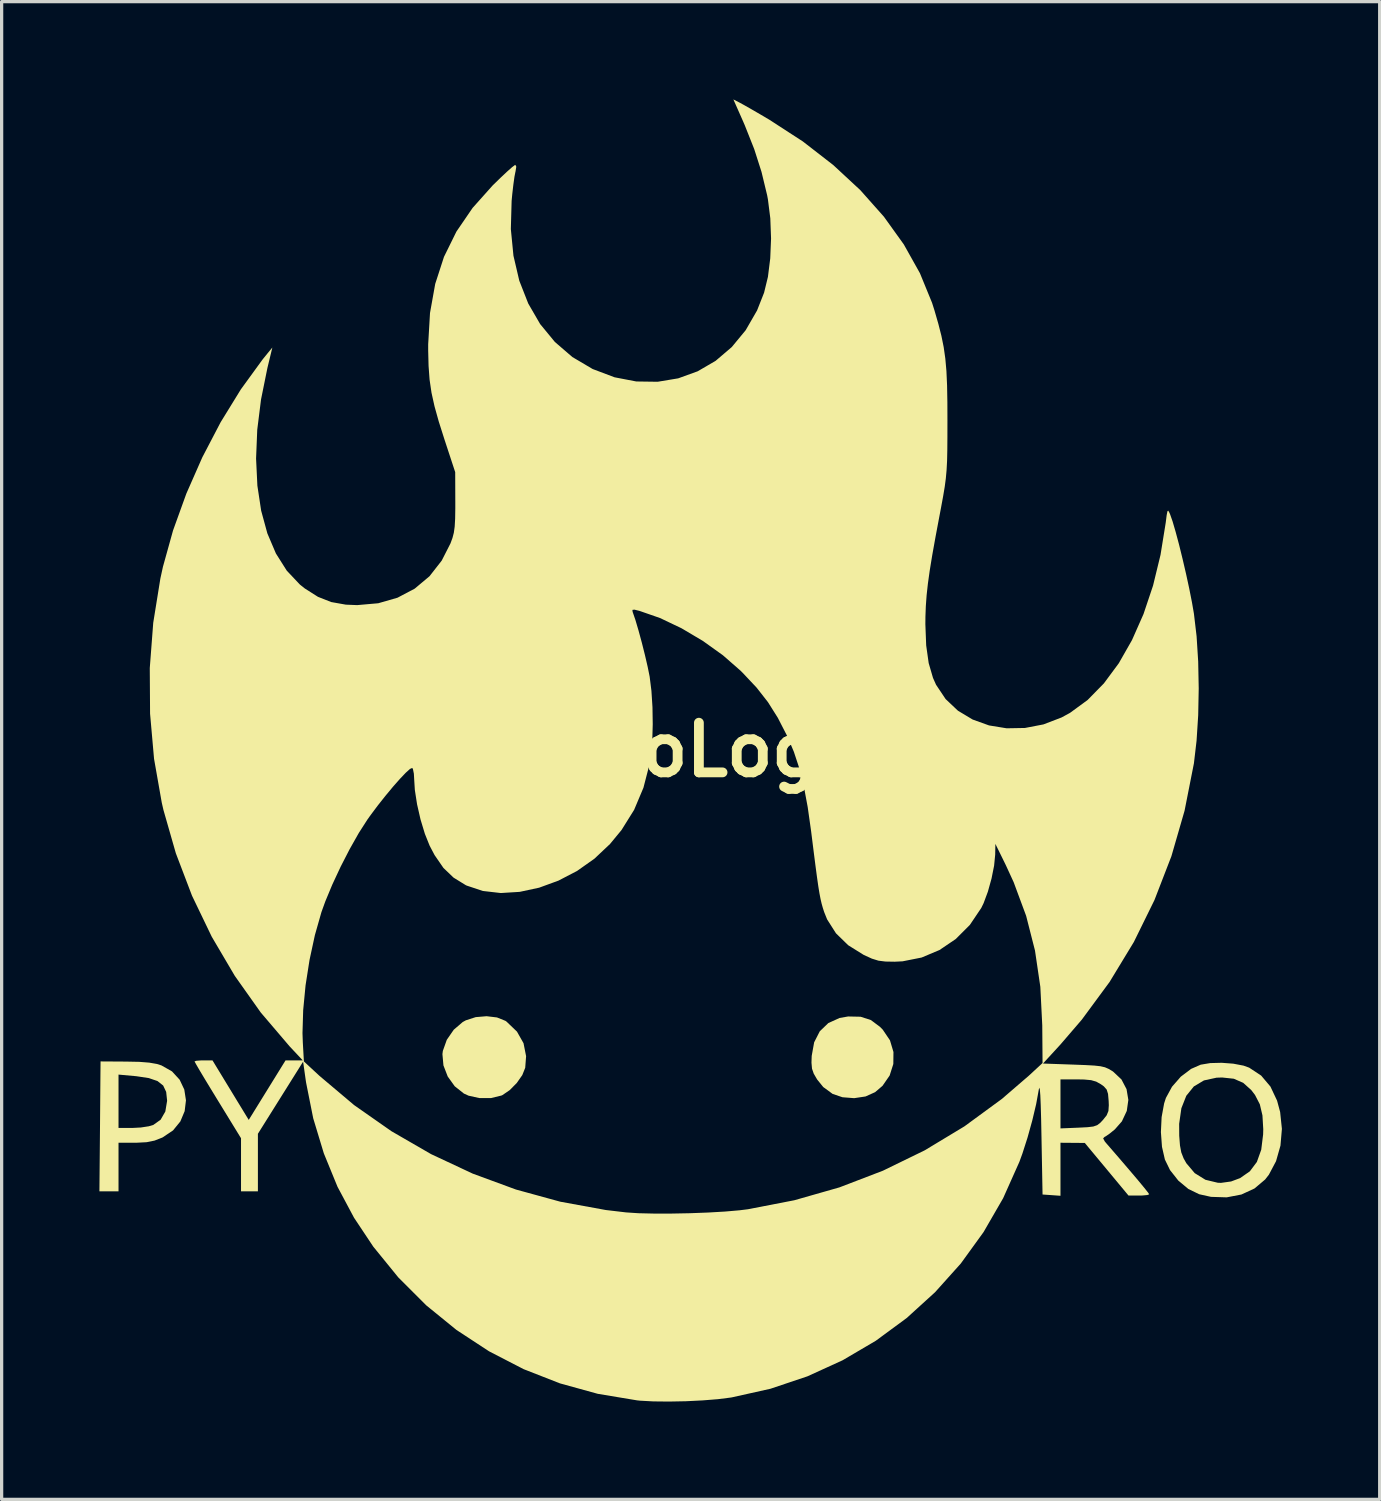
<source format=kicad_pcb>
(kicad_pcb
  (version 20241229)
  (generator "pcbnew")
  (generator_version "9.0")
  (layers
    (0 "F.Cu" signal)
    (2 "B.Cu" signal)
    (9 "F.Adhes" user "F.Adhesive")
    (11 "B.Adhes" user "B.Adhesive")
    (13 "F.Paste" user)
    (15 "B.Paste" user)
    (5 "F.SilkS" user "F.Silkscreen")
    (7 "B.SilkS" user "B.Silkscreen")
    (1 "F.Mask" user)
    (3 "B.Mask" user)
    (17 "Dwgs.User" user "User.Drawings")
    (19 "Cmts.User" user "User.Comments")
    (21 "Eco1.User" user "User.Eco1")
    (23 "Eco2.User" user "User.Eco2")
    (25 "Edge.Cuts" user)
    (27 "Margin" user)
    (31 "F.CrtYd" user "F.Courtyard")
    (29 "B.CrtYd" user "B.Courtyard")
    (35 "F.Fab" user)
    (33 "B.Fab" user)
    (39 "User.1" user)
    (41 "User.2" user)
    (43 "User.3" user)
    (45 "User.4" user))
  (footprint "PyroLogo"
    (layer "F.Cu")
    (at 18.21 19.956)
    (property "Reference" "PyroLogo" (at 0 0 0) (layer "F.SilkS") (effects (font (size 1.524 1.524) (thickness 0.3))))
    (attr board_only exclude_from_pos_files exclude_from_bom)
    (fp_poly (pts (xy 5.141 8.186) (xy 5.456 8.287) (xy 5.738 8.497) (xy 5.822 8.583) (xy 6.043 8.91) (xy 6.15 9.268) (xy 6.146 9.636) (xy 6.033 9.99) (xy 5.815 10.305) (xy 5.587 10.5) (xy 5.294 10.632) (xy 4.945 10.684) (xy 4.586 10.656) (xy 4.284 10.554) (xy 3.996 10.343) (xy 3.81 10.113) (xy 3.705 9.934) (xy 3.651 9.779) (xy 3.635 9.594) (xy 3.642 9.388) (xy 3.717 8.971) (xy 3.89 8.632) (xy 4.152 8.38) (xy 4.496 8.224) (xy 4.759 8.178)) (stroke (width 0) (type solid)) (fill yes) (layer "F.SilkS"))
    (fp_poly (pts (xy -6.013 8.208) (xy -5.754 8.312) (xy -5.721 8.335) (xy -5.4 8.643) (xy -5.199 8.998) (xy -5.12 9.396) (xy -5.147 9.752) (xy -5.237 9.977) (xy -5.407 10.219) (xy -5.622 10.437) (xy -5.846 10.59) (xy -5.878 10.604) (xy -6.195 10.681) (xy -6.55 10.682) (xy -6.885 10.608) (xy -7.028 10.543) (xy -7.31 10.319) (xy -7.525 10.019) (xy -7.656 9.679) (xy -7.687 9.333) (xy -7.674 9.234) (xy -7.553 8.894) (xy -7.34 8.585) (xy -7.065 8.349) (xy -6.969 8.296) (xy -6.666 8.198) (xy -6.332 8.17)) (stroke (width 0) (type solid)) (fill yes) (layer "F.SilkS"))
    (fp_poly (pts (xy -17.39 9.562) (xy -16.985 9.57) (xy -16.682 9.594) (xy -16.452 9.634) (xy -16.308 9.679) (xy -15.983 9.863) (xy -15.749 10.118) (xy -15.606 10.42) (xy -15.555 10.75) (xy -15.595 11.083) (xy -15.727 11.398) (xy -15.951 11.673) (xy -16.268 11.886) (xy -16.284 11.894) (xy -16.519 11.986) (xy -16.76 12.035) (xy -17.063 12.051) (xy -17.122 12.051) (xy -17.624 12.052) (xy -17.624 13.542) (xy -18.21 13.542) (xy -18.192 11.55) (xy -18.179 9.961) (xy -17.624 9.961) (xy -17.624 11.598) (xy -17.201 11.598) (xy -16.94 11.584) (xy -16.697 11.547) (xy -16.558 11.506) (xy -16.332 11.345) (xy -16.188 11.094) (xy -16.134 10.77) (xy -16.134 10.755) (xy -16.162 10.492) (xy -16.254 10.297) (xy -16.427 10.16) (xy -16.695 10.068) (xy -17.074 10.011) (xy -17.128 10.006) (xy -17.624 9.961) (xy -18.179 9.961) (xy -18.175 9.557)) (stroke (width 0) (type solid)) (fill yes) (layer "F.SilkS"))
    (fp_poly (pts (xy 16.575 9.626) (xy 16.89 9.686) (xy 17.062 9.748) (xy 17.431 9.992) (xy 17.715 10.328) (xy 17.919 10.76) (xy 18.013 11.11) (xy 18.067 11.627) (xy 18.023 12.139) (xy 17.887 12.618) (xy 17.667 13.033) (xy 17.553 13.179) (xy 17.226 13.455) (xy 16.825 13.64) (xy 16.373 13.727) (xy 15.893 13.712) (xy 15.528 13.631) (xy 15.197 13.47) (xy 14.889 13.213) (xy 14.635 12.891) (xy 14.477 12.567) (xy 14.388 12.177) (xy 14.355 11.726) (xy 14.367 11.47) (xy 14.915 11.47) (xy 14.917 11.837) (xy 14.94 12.134) (xy 14.98 12.348) (xy 15.051 12.53) (xy 15.135 12.68) (xy 15.392 12.984) (xy 15.721 13.188) (xy 16.099 13.279) (xy 16.199 13.283) (xy 16.508 13.24) (xy 16.784 13.137) (xy 17.084 12.928) (xy 17.299 12.641) (xy 17.433 12.266) (xy 17.491 11.796) (xy 17.495 11.638) (xy 17.47 11.212) (xy 17.39 10.873) (xy 17.242 10.586) (xy 17.127 10.436) (xy 16.88 10.214) (xy 16.591 10.088) (xy 16.232 10.05) (xy 16.062 10.056) (xy 15.675 10.14) (xy 15.365 10.325) (xy 15.134 10.611) (xy 14.983 10.993) (xy 14.915 11.47) (xy 14.367 11.47) (xy 14.377 11.265) (xy 14.454 10.845) (xy 14.508 10.678) (xy 14.696 10.333) (xy 14.965 10.025) (xy 15.281 9.786) (xy 15.576 9.657) (xy 15.869 9.608) (xy 16.219 9.599)) (stroke (width 0) (type solid)) (fill yes) (layer "F.SilkS"))
    (fp_poly (pts (xy 1.445 -19.85) (xy 1.581 -19.775) (xy 1.799 -19.651) (xy 2.066 -19.496) (xy 2.341 -19.334) (xy 3.371 -18.666) (xy 4.303 -17.943) (xy 5.134 -17.172) (xy 5.857 -16.358) (xy 6.468 -15.507) (xy 6.962 -14.625) (xy 7.334 -13.717) (xy 7.41 -13.478) (xy 7.528 -13.068) (xy 7.621 -12.703) (xy 7.691 -12.357) (xy 7.741 -12.006) (xy 7.775 -11.623) (xy 7.795 -11.184) (xy 7.804 -10.663) (xy 7.806 -10.108) (xy 7.805 -9.599) (xy 7.802 -9.194) (xy 7.795 -8.865) (xy 7.78 -8.586) (xy 7.757 -8.331) (xy 7.723 -8.074) (xy 7.675 -7.787) (xy 7.612 -7.444) (xy 7.564 -7.192) (xy 7.439 -6.527) (xy 7.339 -5.969) (xy 7.262 -5.498) (xy 7.206 -5.095) (xy 7.167 -4.739) (xy 7.143 -4.411) (xy 7.131 -4.092) (xy 7.129 -3.855) (xy 7.154 -3.206) (xy 7.231 -2.662) (xy 7.363 -2.209) (xy 7.456 -2) (xy 7.75 -1.56) (xy 8.129 -1.202) (xy 8.579 -0.932) (xy 9.082 -0.751) (xy 9.623 -0.663) (xy 10.184 -0.673) (xy 10.751 -0.782) (xy 11.307 -0.995) (xy 11.566 -1.136) (xy 12.106 -1.531) (xy 12.606 -2.041) (xy 13.062 -2.657) (xy 13.468 -3.369) (xy 13.821 -4.167) (xy 14.114 -5.041) (xy 14.343 -5.983) (xy 14.503 -6.972) (xy 14.532 -7.202) (xy 14.555 -7.32) (xy 14.58 -7.34) (xy 14.615 -7.278) (xy 14.638 -7.225) (xy 14.714 -7.007) (xy 14.807 -6.689) (xy 14.912 -6.297) (xy 15.02 -5.858) (xy 15.127 -5.398) (xy 15.225 -4.945) (xy 15.308 -4.526) (xy 15.368 -4.179) (xy 15.45 -3.485) (xy 15.499 -2.707) (xy 15.515 -1.886) (xy 15.499 -1.064) (xy 15.449 -0.282) (xy 15.367 0.418) (xy 15.366 0.421) (xy 15.081 1.865) (xy 14.677 3.262) (xy 14.157 4.607) (xy 13.524 5.895) (xy 12.78 7.12) (xy 11.928 8.276) (xy 11.272 9.039) (xy 10.737 9.622) (xy 11.675 9.655) (xy 12.045 9.669) (xy 12.312 9.684) (xy 12.501 9.705) (xy 12.638 9.737) (xy 12.749 9.785) (xy 12.861 9.851) (xy 12.888 9.869) (xy 13.145 10.11) (xy 13.301 10.408) (xy 13.356 10.738) (xy 13.308 11.076) (xy 13.158 11.396) (xy 12.943 11.641) (xy 12.787 11.768) (xy 12.66 11.856) (xy 12.625 11.874) (xy 12.583 11.919) (xy 12.634 12.013) (xy 12.672 12.059) (xy 13.06 12.507) (xy 13.388 12.89) (xy 13.651 13.2) (xy 13.843 13.432) (xy 13.96 13.579) (xy 13.996 13.634) (xy 13.938 13.656) (xy 13.789 13.67) (xy 13.679 13.672) (xy 13.361 13.672) (xy 12.691 12.865) (xy 12.02 12.058) (xy 11.647 12.055) (xy 11.274 12.052) (xy 11.274 13.679) (xy 10.999 13.659) (xy 10.724 13.64) (xy 10.691 11.858) (xy 10.686 11.612) (xy 11.274 11.612) (xy 11.831 11.589) (xy 12.103 11.575) (xy 12.281 11.554) (xy 12.399 11.513) (xy 12.492 11.443) (xy 12.579 11.351) (xy 12.691 11.21) (xy 12.745 11.078) (xy 12.757 10.902) (xy 12.752 10.77) (xy 12.733 10.553) (xy 12.691 10.42) (xy 12.605 10.323) (xy 12.512 10.256) (xy 12.371 10.177) (xy 12.214 10.132) (xy 11.999 10.112) (xy 11.783 10.108) (xy 11.274 10.108) (xy 11.274 11.612) (xy 10.686 11.612) (xy 10.68 11.315) (xy 10.668 10.899) (xy 10.656 10.604) (xy 10.642 10.427) (xy 10.627 10.363) (xy 10.611 10.41) (xy 10.607 10.432) (xy 10.528 10.866) (xy 10.409 11.368) (xy 10.264 11.891) (xy 10.106 12.384) (xy 10.012 12.641) (xy 9.515 13.753) (xy 8.914 14.793) (xy 8.216 15.757) (xy 7.427 16.637) (xy 6.556 17.429) (xy 5.608 18.127) (xy 4.591 18.725) (xy 3.511 19.218) (xy 2.377 19.599) (xy 1.194 19.863) (xy 1.166 19.868) (xy 0.774 19.918) (xy 0.3 19.956) (xy -0.217 19.982) (xy -0.737 19.992) (xy -1.219 19.987) (xy -1.624 19.965) (xy -1.717 19.955) (xy -2.919 19.755) (xy -4.081 19.434) (xy -5.196 18.998) (xy -6.257 18.45) (xy -7.256 17.795) (xy -8.185 17.039) (xy -9.039 16.185) (xy -9.808 15.24) (xy -10.399 14.352) (xy -10.906 13.402) (xy -11.326 12.376) (xy -11.651 11.302) (xy -11.869 10.209) (xy -11.879 10.144) (xy -11.961 9.564) (xy -13.348 11.777) (xy -13.348 13.542) (xy -13.866 13.542) (xy -13.866 11.913) (xy -14.579 10.75) (xy -14.791 10.403) (xy -14.978 10.095) (xy -15.13 9.841) (xy -15.236 9.659) (xy -15.288 9.565) (xy -15.292 9.556) (xy -15.234 9.537) (xy -15.089 9.526) (xy -15.016 9.525) (xy -14.741 9.525) (xy -14.32 10.217) (xy -14.144 10.506) (xy -13.98 10.776) (xy -13.846 10.995) (xy -13.764 11.13) (xy -13.629 11.351) (xy -12.5 9.525) (xy -11.972 9.525) (xy -12.376 9.094) (xy -12.721 8.689) (xy -11.98 8.689) (xy -11.97 8.973) (xy -11.937 9.557) (xy -11.46 9.999) (xy -10.397 10.896) (xy -9.251 11.698) (xy -8.035 12.401) (xy -6.758 12.999) (xy -5.432 13.487) (xy -4.069 13.861) (xy -2.679 14.115) (xy -2.052 14.189) (xy -1.674 14.214) (xy -1.2 14.225) (xy -0.665 14.225) (xy -0.1 14.214) (xy 0.459 14.193) (xy 0.98 14.163) (xy 1.429 14.124) (xy 1.685 14.092) (xy 3.109 13.816) (xy 4.493 13.421) (xy 5.828 12.909) (xy 7.108 12.285) (xy 8.326 11.55) (xy 9.473 10.71) (xy 10.303 9.995) (xy 10.724 9.606) (xy 10.715 8.448) (xy 10.656 7.269) (xy 10.492 6.156) (xy 10.221 5.092) (xy 9.838 4.059) (xy 9.595 3.531) (xy 9.277 2.883) (xy 9.271 3.213) (xy 9.238 3.55) (xy 9.159 3.946) (xy 9.047 4.348) (xy 8.916 4.701) (xy 8.844 4.849) (xy 8.494 5.369) (xy 8.061 5.802) (xy 7.563 6.139) (xy 7.014 6.37) (xy 6.43 6.486) (xy 6.188 6.498) (xy 5.903 6.493) (xy 5.689 6.466) (xy 5.489 6.404) (xy 5.246 6.293) (xy 5.227 6.283) (xy 4.761 5.992) (xy 4.386 5.626) (xy 4.115 5.2) (xy 4.024 4.974) (xy 3.982 4.843) (xy 3.946 4.715) (xy 3.913 4.573) (xy 3.88 4.401) (xy 3.844 4.182) (xy 3.804 3.901) (xy 3.756 3.541) (xy 3.698 3.086) (xy 3.627 2.519) (xy 3.624 2.495) (xy 3.519 1.753) (xy 3.4 1.116) (xy 3.26 0.559) (xy 3.095 0.059) (xy 2.897 -0.41) (xy 2.888 -0.429) (xy 2.601 -0.987) (xy 2.3 -1.465) (xy 1.953 -1.909) (xy 1.528 -2.361) (xy 1.459 -2.43) (xy 0.917 -2.904) (xy 0.302 -3.344) (xy -0.353 -3.732) (xy -1.012 -4.046) (xy -1.642 -4.265) (xy -1.798 -4.303) (xy -1.859 -4.295) (xy -1.852 -4.236) (xy -1.848 -4.224) (xy -1.767 -3.988) (xy -1.671 -3.663) (xy -1.569 -3.288) (xy -1.472 -2.902) (xy -1.389 -2.543) (xy -1.33 -2.25) (xy -1.329 -2.243) (xy -1.275 -1.811) (xy -1.243 -1.311) (xy -1.235 -0.788) (xy -1.249 -0.281) (xy -1.287 0.166) (xy -1.323 0.399) (xy -1.52 1.16) (xy -1.806 1.839) (xy -2.193 2.459) (xy -2.546 2.887) (xy -3.022 3.336) (xy -3.554 3.712) (xy -4.126 4.01) (xy -4.72 4.227) (xy -5.316 4.355) (xy -5.897 4.391) (xy -6.445 4.328) (xy -6.942 4.163) (xy -6.975 4.147) (xy -7.346 3.918) (xy -7.657 3.62) (xy -7.927 3.228) (xy -8.079 2.94) (xy -8.226 2.573) (xy -8.359 2.133) (xy -8.465 1.669) (xy -8.533 1.23) (xy -8.552 0.927) (xy -8.563 0.73) (xy -8.591 0.591) (xy -8.613 0.553) (xy -8.681 0.583) (xy -8.811 0.7) (xy -8.989 0.887) (xy -9.201 1.127) (xy -9.431 1.404) (xy -9.665 1.699) (xy -9.889 1.998) (xy -9.989 2.138) (xy -10.252 2.548) (xy -10.532 3.043) (xy -10.81 3.584) (xy -11.066 4.133) (xy -11.281 4.65) (xy -11.4 4.98) (xy -11.6 5.683) (xy -11.764 6.444) (xy -11.886 7.224) (xy -11.959 7.986) (xy -11.98 8.689) (xy -12.721 8.689) (xy -13.259 8.058) (xy -14.057 6.932) (xy -14.763 5.733) (xy -15.369 4.474) (xy -15.865 3.172) (xy -16.246 1.842) (xy -16.297 1.62) (xy -16.534 0.273) (xy -16.656 -1.111) (xy -16.665 -2.51) (xy -16.559 -3.9) (xy -16.34 -5.258) (xy -16.261 -5.619) (xy -15.951 -6.733) (xy -15.544 -7.861) (xy -15.053 -8.977) (xy -14.491 -10.053) (xy -13.87 -11.062) (xy -13.205 -11.977) (xy -13.066 -12.149) (xy -12.905 -12.344) (xy -13.057 -11.714) (xy -13.252 -10.75) (xy -13.368 -9.822) (xy -13.404 -8.938) (xy -13.364 -8.107) (xy -13.248 -7.339) (xy -13.058 -6.643) (xy -12.796 -6.027) (xy -12.463 -5.5) (xy -12.06 -5.073) (xy -11.908 -4.952) (xy -11.505 -4.696) (xy -11.1 -4.536) (xy -10.65 -4.456) (xy -10.303 -4.442) (xy -9.656 -4.499) (xy -9.065 -4.669) (xy -8.538 -4.947) (xy -8.083 -5.328) (xy -7.709 -5.807) (xy -7.44 -6.335) (xy -7.379 -6.501) (xy -7.337 -6.662) (xy -7.311 -6.848) (xy -7.297 -7.089) (xy -7.292 -7.414) (xy -7.292 -7.614) (xy -7.295 -8.521) (xy -7.625 -9.525) (xy -7.8 -10.076) (xy -7.93 -10.542) (xy -8.022 -10.958) (xy -8.081 -11.359) (xy -8.112 -11.78) (xy -8.124 -12.255) (xy -8.124 -12.441) (xy -8.068 -13.405) (xy -7.908 -14.298) (xy -7.639 -15.127) (xy -7.258 -15.901) (xy -6.761 -16.628) (xy -6.146 -17.317) (xy -5.911 -17.546) (xy -5.706 -17.739) (xy -5.55 -17.877) (xy -5.461 -17.944) (xy -5.45 -17.948) (xy -5.421 -17.893) (xy -5.445 -17.742) (xy -5.447 -17.738) (xy -5.477 -17.585) (xy -5.511 -17.341) (xy -5.545 -17.045) (xy -5.564 -16.843) (xy -5.588 -15.978) (xy -5.508 -15.16) (xy -5.329 -14.395) (xy -5.054 -13.694) (xy -4.689 -13.064) (xy -4.236 -12.514) (xy -3.701 -12.053) (xy -3.087 -11.69) (xy -3.076 -11.684) (xy -2.406 -11.431) (xy -1.739 -11.303) (xy -1.084 -11.294) (xy -0.453 -11.399) (xy 0.143 -11.615) (xy 0.694 -11.936) (xy 1.189 -12.358) (xy 1.616 -12.875) (xy 1.966 -13.482) (xy 2.181 -14.027) (xy 2.299 -14.512) (xy 2.37 -15.08) (xy 2.395 -15.691) (xy 2.372 -16.307) (xy 2.299 -16.887) (xy 2.275 -17.016) (xy 2.102 -17.733) (xy 1.878 -18.433) (xy 1.587 -19.167) (xy 1.518 -19.325) (xy 1.239 -19.956)) (stroke (width 0) (type solid)) (fill yes) (layer "F.SilkS")))
  (gr_rect
    (start -3 -3)
    (end 39.277 42.949)
    (stroke (width 0.1) (type default))
    (fill no)
    (layer "Edge.Cuts")))
</source>
